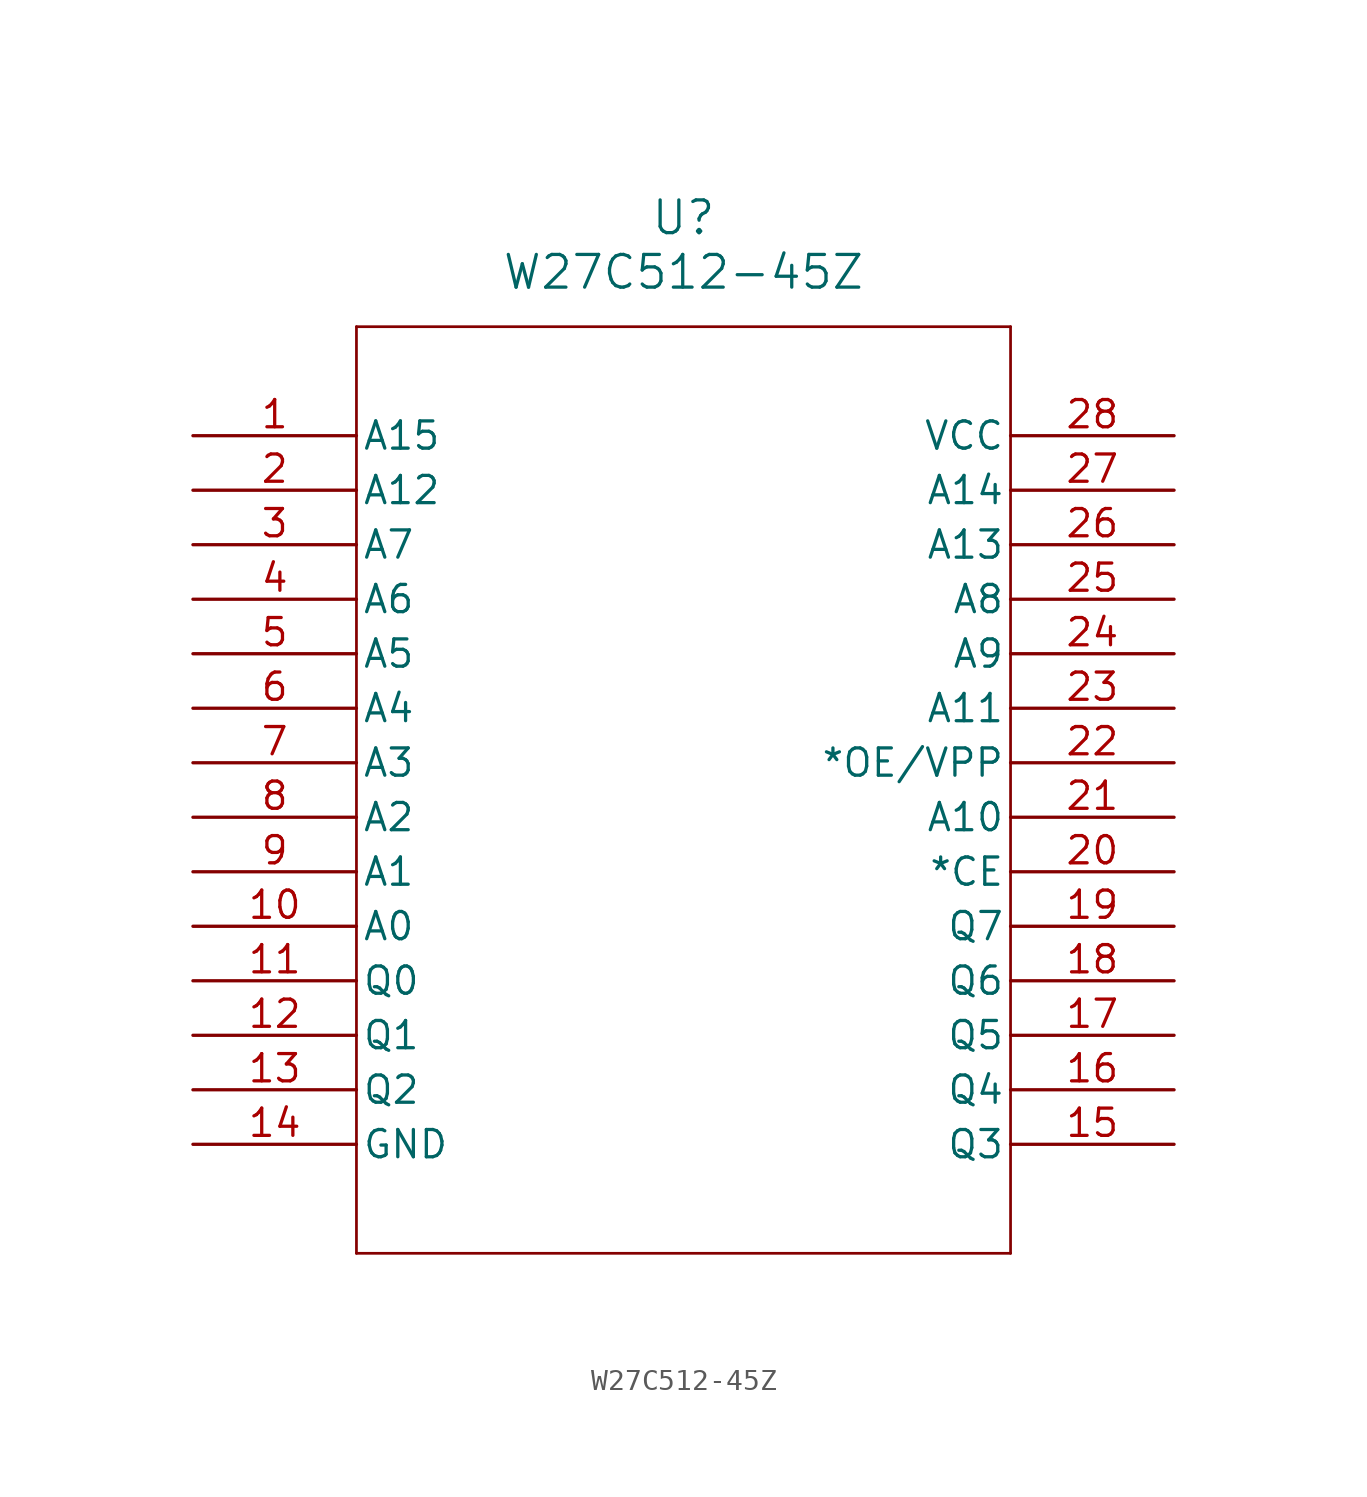
<source format=kicad_sym>
(kicad_symbol_lib
  (version 20211014)
  (generator kicad_symbol_editor)
  (symbol "W27C512-45Z"
    (pin_names
      (offset 0.254))
    (property "Reference" "U"
      (at 22.86 10.16 0)
      (effects (font (size 1.524 1.524))))
    (property "Value" "W27C512-45Z"
      (at 22.86 7.62 0)
      (effects (font (size 1.524 1.524))))
    (symbol "W27C512-45Z_0_1"
      (polyline (pts (xy 7.62 5.08) (xy 7.62 -38.1)) (stroke (width 0.127) (type default) (color 0 0 0 0)) (fill (type none)))
      (polyline (pts (xy 7.62 -38.1) (xy 38.1 -38.1)) (stroke (width 0.127) (type default) (color 0 0 0 0)) (fill (type none)))
      (polyline (pts (xy 38.1 -38.1) (xy 38.1 5.08)) (stroke (width 0.127) (type default) (color 0 0 0 0)) (fill (type none)))
      (polyline (pts (xy 38.1 5.08) (xy 7.62 5.08)) (stroke (width 0.127) (type default) (color 0 0 0 0)) (fill (type none)))
      (pin input line (at 0 0 0) (length 7.62) (name "A15" (effects (font (size 1.27 1.27)))) (number "1" (effects (font (size 1.27 1.27)))))
      (pin input line (at 0 -2.54 0) (length 7.62) (name "A12" (effects (font (size 1.27 1.27)))) (number "2" (effects (font (size 1.27 1.27)))))
      (pin input line (at 0 -5.08 0) (length 7.62) (name "A7" (effects (font (size 1.27 1.27)))) (number "3" (effects (font (size 1.27 1.27)))))
      (pin input line (at 0 -7.62 0) (length 7.62) (name "A6" (effects (font (size 1.27 1.27)))) (number "4" (effects (font (size 1.27 1.27)))))
      (pin input line (at 0 -10.16 0) (length 7.62) (name "A5" (effects (font (size 1.27 1.27)))) (number "5" (effects (font (size 1.27 1.27)))))
      (pin input line (at 0 -12.7 0) (length 7.62) (name "A4" (effects (font (size 1.27 1.27)))) (number "6" (effects (font (size 1.27 1.27)))))
      (pin input line (at 0 -15.24 0) (length 7.62) (name "A3" (effects (font (size 1.27 1.27)))) (number "7" (effects (font (size 1.27 1.27)))))
      (pin input line (at 0 -17.78 0) (length 7.62) (name "A2" (effects (font (size 1.27 1.27)))) (number "8" (effects (font (size 1.27 1.27)))))
      (pin input line (at 0 -20.32 0) (length 7.62) (name "A1" (effects (font (size 1.27 1.27)))) (number "9" (effects (font (size 1.27 1.27)))))
      (pin input line (at 0 -22.86 0) (length 7.62) (name "A0" (effects (font (size 1.27 1.27)))) (number "10" (effects (font (size 1.27 1.27)))))
      (pin bidirectional line (at 0 -25.4 0) (length 7.62) (name "Q0" (effects (font (size 1.27 1.27)))) (number "11" (effects (font (size 1.27 1.27)))))
      (pin bidirectional line (at 0 -27.94 0) (length 7.62) (name "Q1" (effects (font (size 1.27 1.27)))) (number "12" (effects (font (size 1.27 1.27)))))
      (pin bidirectional line (at 0 -30.48 0) (length 7.62) (name "Q2" (effects (font (size 1.27 1.27)))) (number "13" (effects (font (size 1.27 1.27)))))
      (pin power_out line (at 0 -33.02 0) (length 7.62) (name "GND" (effects (font (size 1.27 1.27)))) (number "14" (effects (font (size 1.27 1.27)))))
      (pin bidirectional line (at 45.72 -33.02 180) (length 7.62) (name "Q3" (effects (font (size 1.27 1.27)))) (number "15" (effects (font (size 1.27 1.27)))))
      (pin bidirectional line (at 45.72 -30.48 180) (length 7.62) (name "Q4" (effects (font (size 1.27 1.27)))) (number "16" (effects (font (size 1.27 1.27)))))
      (pin bidirectional line (at 45.72 -27.94 180) (length 7.62) (name "Q5" (effects (font (size 1.27 1.27)))) (number "17" (effects (font (size 1.27 1.27)))))
      (pin bidirectional line (at 45.72 -25.4 180) (length 7.62) (name "Q6" (effects (font (size 1.27 1.27)))) (number "18" (effects (font (size 1.27 1.27)))))
      (pin bidirectional line (at 45.72 -22.86 180) (length 7.62) (name "Q7" (effects (font (size 1.27 1.27)))) (number "19" (effects (font (size 1.27 1.27)))))
      (pin unspecified line (at 45.72 -20.32 180) (length 7.62) (name "*CE" (effects (font (size 1.27 1.27)))) (number "20" (effects (font (size 1.27 1.27)))))
      (pin input line (at 45.72 -17.78 180) (length 7.62) (name "A10" (effects (font (size 1.27 1.27)))) (number "21" (effects (font (size 1.27 1.27)))))
      (pin unspecified line (at 45.72 -15.24 180) (length 7.62) (name "*OE/VPP" (effects (font (size 1.27 1.27)))) (number "22" (effects (font (size 1.27 1.27)))))
      (pin input line (at 45.72 -12.7 180) (length 7.62) (name "A11" (effects (font (size 1.27 1.27)))) (number "23" (effects (font (size 1.27 1.27)))))
      (pin input line (at 45.72 -10.16 180) (length 7.62) (name "A9" (effects (font (size 1.27 1.27)))) (number "24" (effects (font (size 1.27 1.27)))))
      (pin input line (at 45.72 -7.62 180) (length 7.62) (name "A8" (effects (font (size 1.27 1.27)))) (number "25" (effects (font (size 1.27 1.27)))))
      (pin input line (at 45.72 -5.08 180) (length 7.62) (name "A13" (effects (font (size 1.27 1.27)))) (number "26" (effects (font (size 1.27 1.27)))))
      (pin input line (at 45.72 -2.54 180) (length 7.62) (name "A14" (effects (font (size 1.27 1.27)))) (number "27" (effects (font (size 1.27 1.27)))))
      (pin power_in line (at 45.72 0 180) (length 7.62) (name "VCC" (effects (font (size 1.27 1.27)))) (number "28" (effects (font (size 1.27 1.27))))))))
</source>
